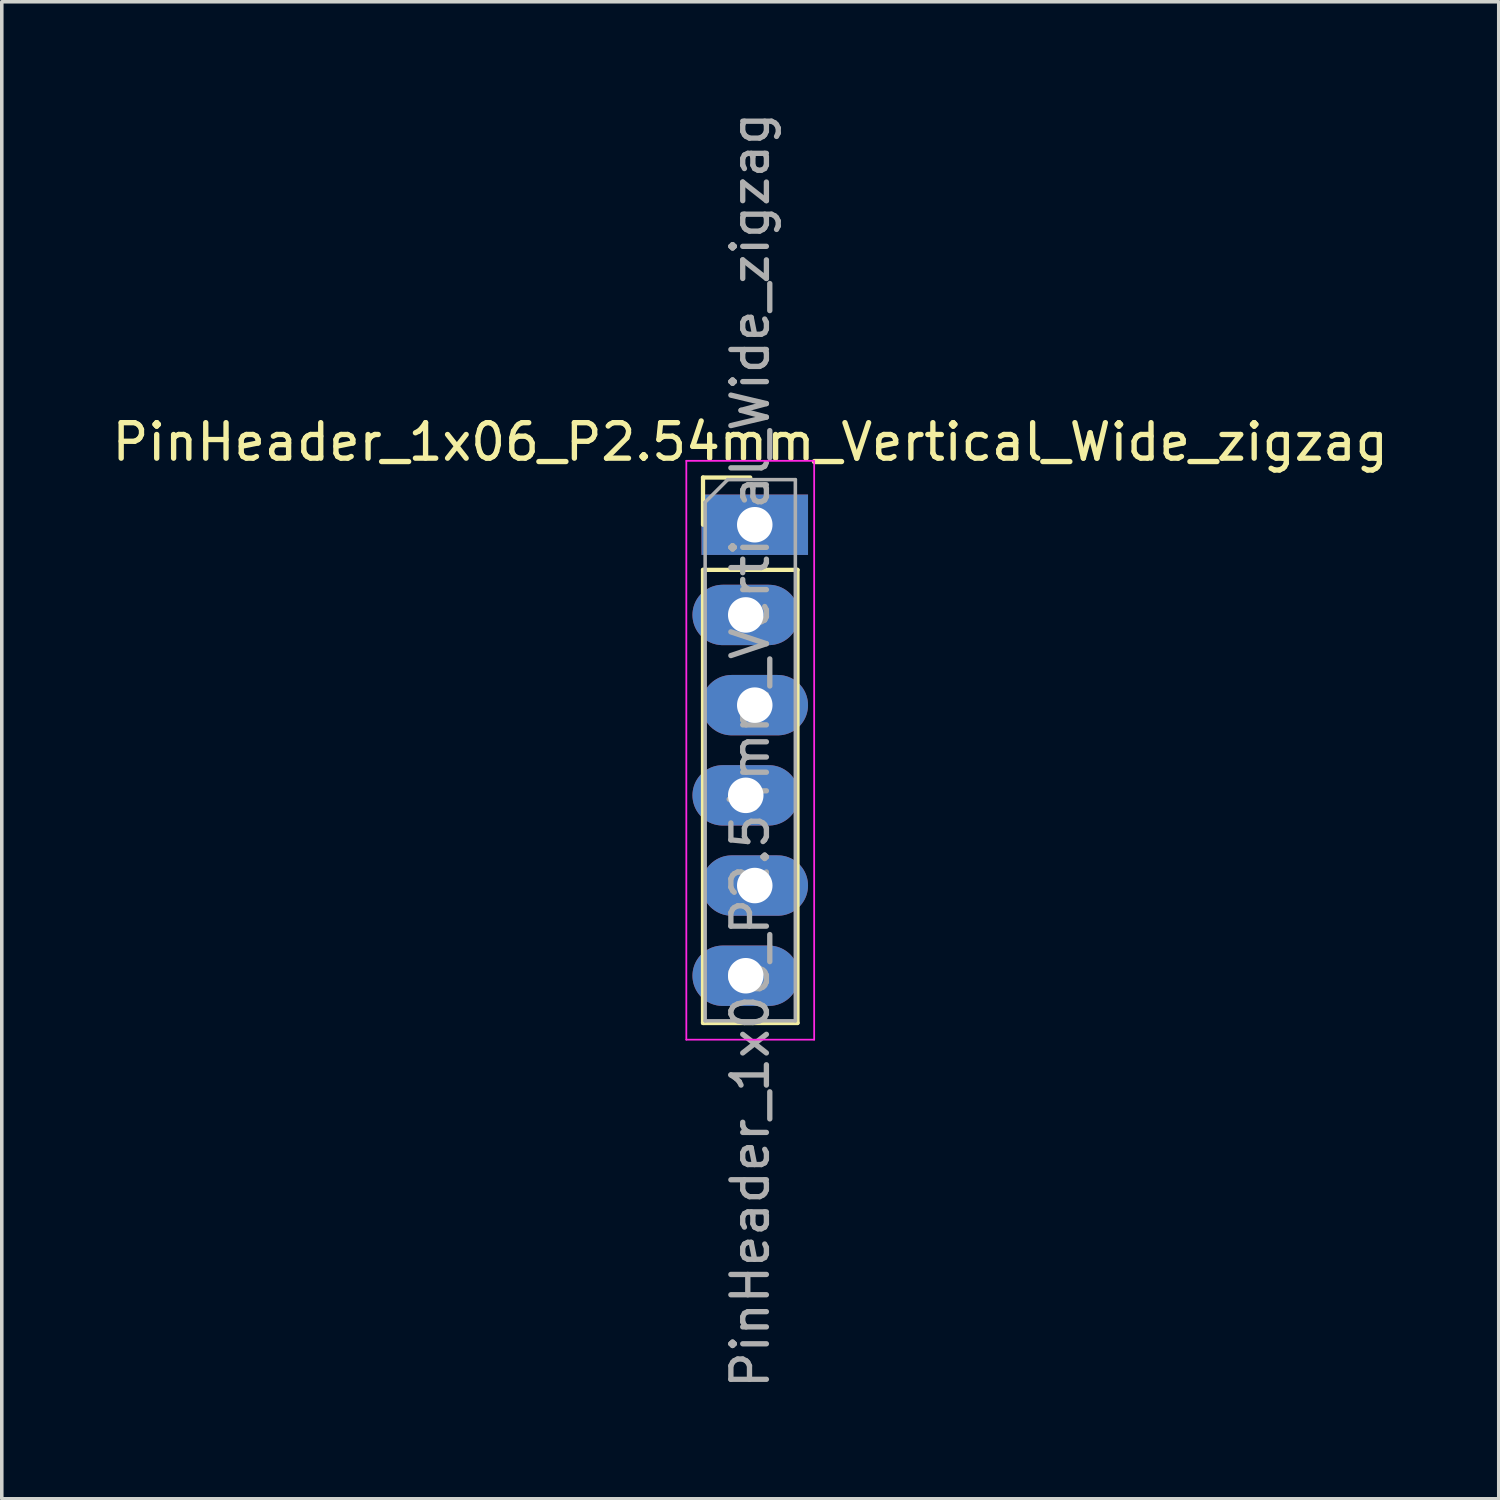
<source format=kicad_pcb>
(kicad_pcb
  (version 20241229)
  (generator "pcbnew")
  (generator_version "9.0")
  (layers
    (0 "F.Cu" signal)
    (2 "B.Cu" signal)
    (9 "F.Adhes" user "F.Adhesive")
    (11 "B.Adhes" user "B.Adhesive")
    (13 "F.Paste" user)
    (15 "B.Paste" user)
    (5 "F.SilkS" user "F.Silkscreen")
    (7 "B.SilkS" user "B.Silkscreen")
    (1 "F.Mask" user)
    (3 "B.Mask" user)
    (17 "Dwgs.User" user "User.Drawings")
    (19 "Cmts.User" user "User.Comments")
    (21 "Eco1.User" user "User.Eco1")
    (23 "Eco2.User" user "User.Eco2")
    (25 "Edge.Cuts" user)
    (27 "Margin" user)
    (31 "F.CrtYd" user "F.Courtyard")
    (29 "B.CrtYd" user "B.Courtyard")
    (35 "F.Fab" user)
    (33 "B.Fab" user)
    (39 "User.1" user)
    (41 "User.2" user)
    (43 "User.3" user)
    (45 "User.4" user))
  (footprint "PinHeader_1x06_P2.54mm_Vertical_Wide_zigzag"
    (layer "F.Cu")
    (at 18.077 11.727)
    (property "Reference" "PinHeader_1x06_P2.54mm_Vertical_Wide_zigzag" (at 0 -2.33 0) (layer "F.SilkS") (effects (font (size 1 1) (thickness 0.15))))
    (attr through_hole)
    (fp_line (start -1.33 -1.33) (end 0 -1.33) (stroke (width 0.12) (type solid)) (layer "F.SilkS"))
    (fp_line (start -1.33 0) (end -1.33 -1.33) (stroke (width 0.12) (type solid)) (layer "F.SilkS"))
    (fp_line (start -1.33 1.27) (end -1.33 14.03) (stroke (width 0.12) (type solid)) (layer "F.SilkS"))
    (fp_line (start -1.33 1.27) (end 1.33 1.27) (stroke (width 0.12) (type solid)) (layer "F.SilkS"))
    (fp_line (start -1.33 14.03) (end 1.33 14.03) (stroke (width 0.12) (type solid)) (layer "F.SilkS"))
    (fp_line (start 1.33 1.27) (end 1.33 14.03) (stroke (width 0.12) (type solid)) (layer "F.SilkS"))
    (fp_line (start -1.8 -1.8) (end -1.8 14.5) (stroke (width 0.05) (type solid)) (layer "F.CrtYd"))
    (fp_line (start -1.8 14.5) (end 1.8 14.5) (stroke (width 0.05) (type solid)) (layer "F.CrtYd"))
    (fp_line (start 1.8 -1.8) (end -1.8 -1.8) (stroke (width 0.05) (type solid)) (layer "F.CrtYd"))
    (fp_line (start 1.8 14.5) (end 1.8 -1.8) (stroke (width 0.05) (type solid)) (layer "F.CrtYd"))
    (fp_line (start -1.27 -0.635) (end -0.635 -1.27) (stroke (width 0.1) (type solid)) (layer "F.Fab"))
    (fp_line (start -1.27 13.97) (end -1.27 -0.635) (stroke (width 0.1) (type solid)) (layer "F.Fab"))
    (fp_line (start -0.635 -1.27) (end 1.27 -1.27) (stroke (width 0.1) (type solid)) (layer "F.Fab"))
    (fp_line (start 1.27 -1.27) (end 1.27 13.97) (stroke (width 0.1) (type solid)) (layer "F.Fab"))
    (fp_line (start 1.27 13.97) (end -1.27 13.97) (stroke (width 0.1) (type solid)) (layer "F.Fab"))
    (fp_text user "${REFERENCE}" (at 0 6.35 90) (layer "F.Fab") (effects (font (size 1 1) (thickness 0.15))))
    (pad "1" thru_hole rect (at 0.127 0) (size 3 1.7) (drill 1) (layers "*.Cu" "*.Mask"))
    (pad "2" thru_hole oval (at -0.127 2.54) (size 3 1.7) (drill 1) (layers "*.Cu" "*.Mask"))
    (pad "3" thru_hole oval (at 0.127 5.08) (size 3 1.7) (drill 1) (layers "*.Cu" "*.Mask"))
    (pad "4" thru_hole oval (at -0.127 7.62) (size 3 1.7) (drill 1) (layers "*.Cu" "*.Mask"))
    (pad "5" thru_hole oval (at 0.127 10.16) (size 3 1.7) (drill 1) (layers "*.Cu" "*.Mask"))
    (pad "6" thru_hole oval (at -0.127 12.7) (size 3 1.7) (drill 1) (layers "*.Cu" "*.Mask")))
  (gr_rect
    (start -3 -3)
    (end 39.155 39.155)
    (stroke (width 0.1) (type default))
    (fill no)
    (layer "Edge.Cuts")))
</source>
